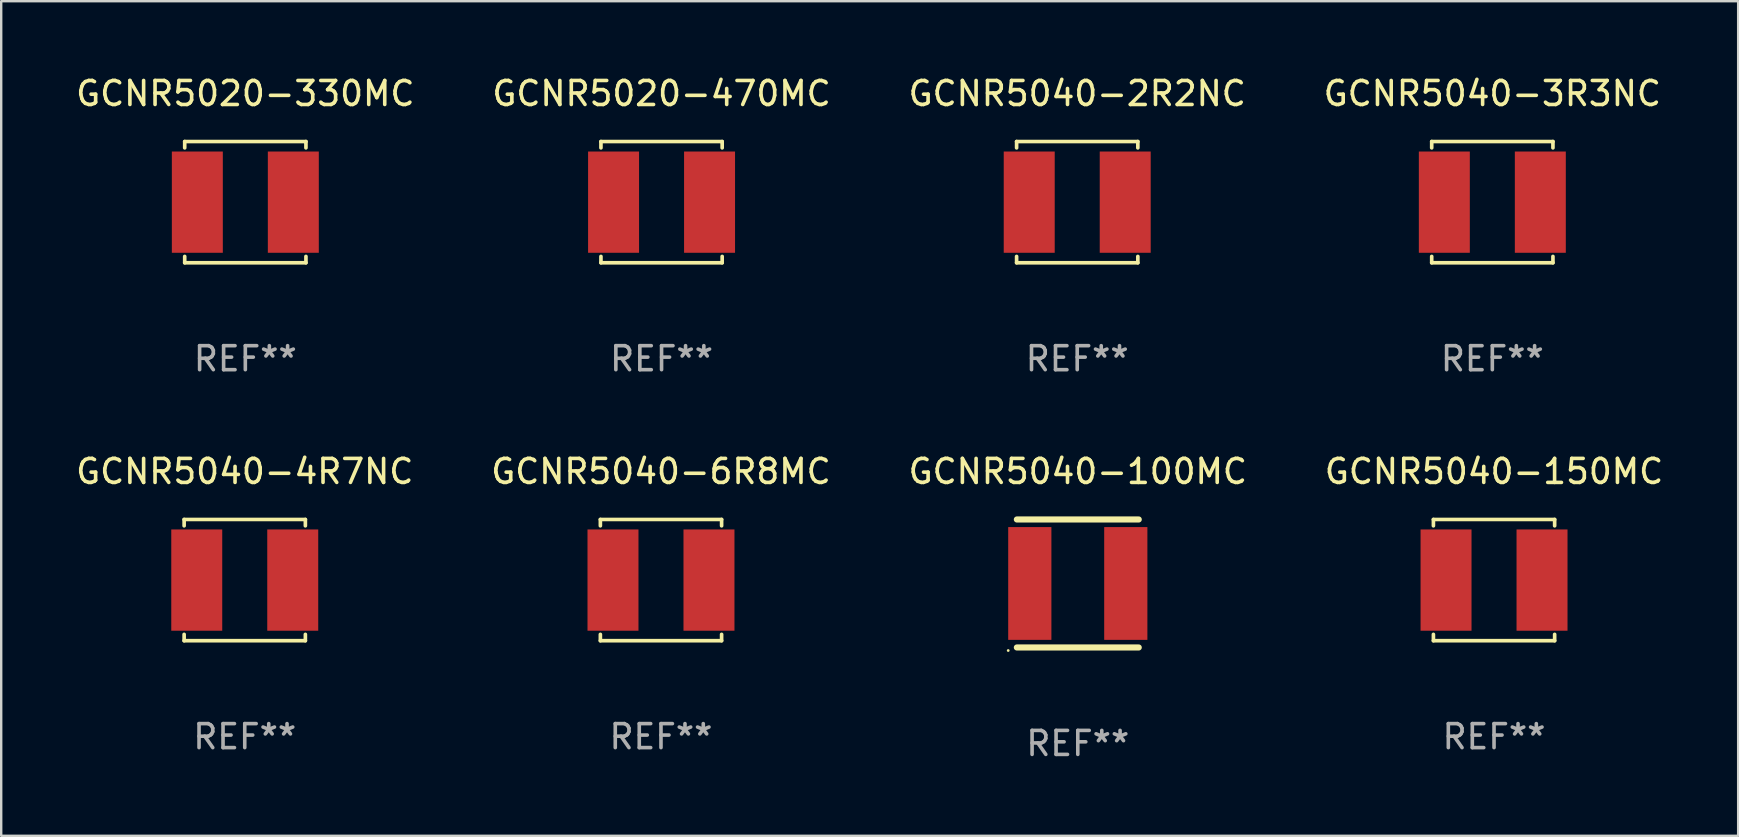
<source format=kicad_pcb>
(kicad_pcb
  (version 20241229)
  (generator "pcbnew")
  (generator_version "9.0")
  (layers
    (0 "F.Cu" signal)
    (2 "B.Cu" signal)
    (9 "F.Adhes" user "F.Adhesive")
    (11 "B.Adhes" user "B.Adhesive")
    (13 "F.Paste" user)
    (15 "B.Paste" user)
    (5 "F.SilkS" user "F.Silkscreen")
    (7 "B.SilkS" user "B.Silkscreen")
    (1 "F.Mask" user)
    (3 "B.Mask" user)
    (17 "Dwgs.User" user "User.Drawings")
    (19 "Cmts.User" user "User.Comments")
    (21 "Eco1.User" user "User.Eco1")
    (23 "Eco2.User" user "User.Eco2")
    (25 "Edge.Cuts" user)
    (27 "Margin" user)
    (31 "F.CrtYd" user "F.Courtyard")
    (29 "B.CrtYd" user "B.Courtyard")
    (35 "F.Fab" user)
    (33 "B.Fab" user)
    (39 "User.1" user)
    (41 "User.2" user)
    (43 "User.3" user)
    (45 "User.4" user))
  (footprint "GCNR5040-2R2NC"
    (layer "F.Cu")
    (at 41.839 5.374)
    (property "Reference" "GCNR5040-2R2NC" (at 0 -4.526 0) (layer "F.SilkS") (effects (font (size 1 1) (thickness 0.15))))
    (attr through_hole)
    (fp_line (start -2.526 -2.526) (end 2.526 -2.526) (stroke (width 0.152) (type solid)) (layer "F.SilkS"))
    (fp_line (start -2.526 -2.262) (end -2.526 -2.526) (stroke (width 0.152) (type solid)) (layer "F.SilkS"))
    (fp_line (start -2.526 2.262) (end -2.526 2.526) (stroke (width 0.152) (type solid)) (layer "F.SilkS"))
    (fp_line (start -2.526 2.526) (end 2.526 2.526) (stroke (width 0.152) (type solid)) (layer "F.SilkS"))
    (fp_line (start 2.526 -2.526) (end 2.526 -2.262) (stroke (width 0.152) (type solid)) (layer "F.SilkS"))
    (fp_line (start 2.526 2.526) (end 2.526 2.262) (stroke (width 0.152) (type solid)) (layer "F.SilkS"))
    (fp_circle (center 2.5 -2.5) (end 2.53 -2.5) (stroke (width 0.06) (type solid)) (fill no) (layer "F.SilkS"))
    (fp_text user "REF**" (at 0 6.526 0) (layer "F.Fab") (effects (font (size 1 1) (thickness 0.15))))
    (pad "1" smd rect (at 2 0) (size 2.124 4.22) (layers "F.Cu" "F.Mask" "F.Paste"))
    (pad "2" smd rect (at -2 0) (size 2.124 4.22) (layers "F.Cu" "F.Mask" "F.Paste")))
  (footprint "GCNR5040-4R7NC"
    (layer "F.Cu")
    (at 7.149 21.123)
    (property "Reference" "GCNR5040-4R7NC" (at 0 -4.526 0) (layer "F.SilkS") (effects (font (size 1 1) (thickness 0.15))))
    (attr through_hole)
    (fp_line (start -2.526 -2.526) (end 2.526 -2.526) (stroke (width 0.152) (type solid)) (layer "F.SilkS"))
    (fp_line (start -2.526 -2.262) (end -2.526 -2.526) (stroke (width 0.152) (type solid)) (layer "F.SilkS"))
    (fp_line (start -2.526 2.262) (end -2.526 2.526) (stroke (width 0.152) (type solid)) (layer "F.SilkS"))
    (fp_line (start -2.526 2.526) (end 2.526 2.526) (stroke (width 0.152) (type solid)) (layer "F.SilkS"))
    (fp_line (start 2.526 -2.526) (end 2.526 -2.262) (stroke (width 0.152) (type solid)) (layer "F.SilkS"))
    (fp_line (start 2.526 2.526) (end 2.526 2.262) (stroke (width 0.152) (type solid)) (layer "F.SilkS"))
    (fp_circle (center 2.5 -2.5) (end 2.53 -2.5) (stroke (width 0.06) (type solid)) (fill no) (layer "F.SilkS"))
    (fp_text user "REF**" (at 0 6.526 0) (layer "F.Fab") (effects (font (size 1 1) (thickness 0.15))))
    (pad "1" smd rect (at 2 0) (size 2.124 4.22) (layers "F.Cu" "F.Mask" "F.Paste"))
    (pad "2" smd rect (at -2 0) (size 2.124 4.22) (layers "F.Cu" "F.Mask" "F.Paste")))
  (footprint "GCNR5040-3R3NC"
    (layer "F.Cu")
    (at 59.137 5.374)
    (property "Reference" "GCNR5040-3R3NC" (at 0 -4.526 0) (layer "F.SilkS") (effects (font (size 1 1) (thickness 0.15))))
    (attr through_hole)
    (fp_line (start -2.526 -2.526) (end 2.526 -2.526) (stroke (width 0.152) (type solid)) (layer "F.SilkS"))
    (fp_line (start -2.526 -2.262) (end -2.526 -2.526) (stroke (width 0.152) (type solid)) (layer "F.SilkS"))
    (fp_line (start -2.526 2.262) (end -2.526 2.526) (stroke (width 0.152) (type solid)) (layer "F.SilkS"))
    (fp_line (start -2.526 2.526) (end 2.526 2.526) (stroke (width 0.152) (type solid)) (layer "F.SilkS"))
    (fp_line (start 2.526 -2.526) (end 2.526 -2.262) (stroke (width 0.152) (type solid)) (layer "F.SilkS"))
    (fp_line (start 2.526 2.526) (end 2.526 2.262) (stroke (width 0.152) (type solid)) (layer "F.SilkS"))
    (fp_circle (center 2.5 -2.5) (end 2.53 -2.5) (stroke (width 0.06) (type solid)) (fill no) (layer "F.SilkS"))
    (fp_text user "REF**" (at 0 6.526 0) (layer "F.Fab") (effects (font (size 1 1) (thickness 0.15))))
    (pad "1" smd rect (at 2 0) (size 2.124 4.22) (layers "F.Cu" "F.Mask" "F.Paste"))
    (pad "2" smd rect (at -2 0) (size 2.124 4.22) (layers "F.Cu" "F.Mask" "F.Paste")))
  (footprint "GCNR5020-470MC"
    (layer "F.Cu")
    (at 24.518 5.374)
    (property "Reference" "GCNR5020-470MC" (at 0 -4.526 0) (layer "F.SilkS") (effects (font (size 1 1) (thickness 0.15))))
    (attr through_hole)
    (fp_line (start -2.526 -2.526) (end 2.526 -2.526) (stroke (width 0.152) (type solid)) (layer "F.SilkS"))
    (fp_line (start -2.526 -2.262) (end -2.526 -2.526) (stroke (width 0.152) (type solid)) (layer "F.SilkS"))
    (fp_line (start -2.526 2.262) (end -2.526 2.526) (stroke (width 0.152) (type solid)) (layer "F.SilkS"))
    (fp_line (start -2.526 2.526) (end 2.526 2.526) (stroke (width 0.152) (type solid)) (layer "F.SilkS"))
    (fp_line (start 2.526 -2.526) (end 2.526 -2.262) (stroke (width 0.152) (type solid)) (layer "F.SilkS"))
    (fp_line (start 2.526 2.526) (end 2.526 2.262) (stroke (width 0.152) (type solid)) (layer "F.SilkS"))
    (fp_circle (center 2.5 -2.5) (end 2.53 -2.5) (stroke (width 0.06) (type solid)) (fill no) (layer "F.SilkS"))
    (fp_text user "REF**" (at 0 6.526 0) (layer "F.Fab") (effects (font (size 1 1) (thickness 0.15))))
    (pad "1" smd rect (at 2 0) (size 2.124 4.22) (layers "F.Cu" "F.Mask" "F.Paste"))
    (pad "2" smd rect (at -2 0) (size 2.124 4.22) (layers "F.Cu" "F.Mask" "F.Paste")))
  (footprint "GCNR5040-100MC"
    (layer "F.Cu")
    (at 41.863 21.264)
    (property "Reference" "GCNR5040-100MC" (at 0 -4.667 0) (layer "F.SilkS") (effects (font (size 1 1) (thickness 0.15))))
    (attr through_hole)
    (fp_line (start -2.54 -2.667) (end 2.54 -2.667) (stroke (width 0.254) (type solid)) (layer "F.SilkS"))
    (fp_line (start -2.54 2.667) (end 2.54 2.667) (stroke (width 0.254) (type solid)) (layer "F.SilkS"))
    (fp_circle (center -2.9 2.794) (end -2.87 2.794) (stroke (width 0.06) (type solid)) (fill no) (layer "F.SilkS"))
    (fp_text user "REF**" (at 0 6.667 0) (layer "F.Fab") (effects (font (size 1 1) (thickness 0.15))))
    (pad "1" smd rect (at -2 0) (size 1.8 4.7) (layers "F.Cu" "F.Mask" "F.Paste"))
    (pad "2" smd rect (at 2 0) (size 1.8 4.7) (layers "F.Cu" "F.Mask" "F.Paste")))
  (footprint "GCNR5020-330MC"
    (layer "F.Cu")
    (at 7.173 5.374)
    (property "Reference" "GCNR5020-330MC" (at 0 -4.526 0) (layer "F.SilkS") (effects (font (size 1 1) (thickness 0.15))))
    (attr through_hole)
    (fp_line (start -2.526 -2.526) (end 2.526 -2.526) (stroke (width 0.152) (type solid)) (layer "F.SilkS"))
    (fp_line (start -2.526 -2.262) (end -2.526 -2.526) (stroke (width 0.152) (type solid)) (layer "F.SilkS"))
    (fp_line (start -2.526 2.262) (end -2.526 2.526) (stroke (width 0.152) (type solid)) (layer "F.SilkS"))
    (fp_line (start -2.526 2.526) (end 2.526 2.526) (stroke (width 0.152) (type solid)) (layer "F.SilkS"))
    (fp_line (start 2.526 -2.526) (end 2.526 -2.262) (stroke (width 0.152) (type solid)) (layer "F.SilkS"))
    (fp_line (start 2.526 2.526) (end 2.526 2.262) (stroke (width 0.152) (type solid)) (layer "F.SilkS"))
    (fp_circle (center 2.5 -2.5) (end 2.53 -2.5) (stroke (width 0.06) (type solid)) (fill no) (layer "F.SilkS"))
    (fp_text user "REF**" (at 0 6.526 0) (layer "F.Fab") (effects (font (size 1 1) (thickness 0.15))))
    (pad "1" smd rect (at 2 0) (size 2.124 4.22) (layers "F.Cu" "F.Mask" "F.Paste"))
    (pad "2" smd rect (at -2 0) (size 2.124 4.22) (layers "F.Cu" "F.Mask" "F.Paste")))
  (footprint "GCNR5040-150MC"
    (layer "F.Cu")
    (at 59.208 21.123)
    (property "Reference" "GCNR5040-150MC" (at 0 -4.526 0) (layer "F.SilkS") (effects (font (size 1 1) (thickness 0.15))))
    (attr through_hole)
    (fp_line (start -2.526 -2.526) (end 2.526 -2.526) (stroke (width 0.152) (type solid)) (layer "F.SilkS"))
    (fp_line (start -2.526 -2.262) (end -2.526 -2.526) (stroke (width 0.152) (type solid)) (layer "F.SilkS"))
    (fp_line (start -2.526 2.262) (end -2.526 2.526) (stroke (width 0.152) (type solid)) (layer "F.SilkS"))
    (fp_line (start -2.526 2.526) (end 2.526 2.526) (stroke (width 0.152) (type solid)) (layer "F.SilkS"))
    (fp_line (start 2.526 -2.526) (end 2.526 -2.262) (stroke (width 0.152) (type solid)) (layer "F.SilkS"))
    (fp_line (start 2.526 2.526) (end 2.526 2.262) (stroke (width 0.152) (type solid)) (layer "F.SilkS"))
    (fp_circle (center 2.5 -2.5) (end 2.53 -2.5) (stroke (width 0.06) (type solid)) (fill no) (layer "F.SilkS"))
    (fp_text user "REF**" (at 0 6.526 0) (layer "F.Fab") (effects (font (size 1 1) (thickness 0.15))))
    (pad "1" smd rect (at 2 0) (size 2.124 4.22) (layers "F.Cu" "F.Mask" "F.Paste"))
    (pad "2" smd rect (at -2 0) (size 2.124 4.22) (layers "F.Cu" "F.Mask" "F.Paste")))
  (footprint "GCNR5040-6R8MC"
    (layer "F.Cu")
    (at 24.494 21.123)
    (property "Reference" "GCNR5040-6R8MC" (at 0 -4.526 0) (layer "F.SilkS") (effects (font (size 1 1) (thickness 0.15))))
    (attr through_hole)
    (fp_line (start -2.526 -2.526) (end 2.526 -2.526) (stroke (width 0.152) (type solid)) (layer "F.SilkS"))
    (fp_line (start -2.526 -2.262) (end -2.526 -2.526) (stroke (width 0.152) (type solid)) (layer "F.SilkS"))
    (fp_line (start -2.526 2.262) (end -2.526 2.526) (stroke (width 0.152) (type solid)) (layer "F.SilkS"))
    (fp_line (start -2.526 2.526) (end 2.526 2.526) (stroke (width 0.152) (type solid)) (layer "F.SilkS"))
    (fp_line (start 2.526 -2.526) (end 2.526 -2.262) (stroke (width 0.152) (type solid)) (layer "F.SilkS"))
    (fp_line (start 2.526 2.526) (end 2.526 2.262) (stroke (width 0.152) (type solid)) (layer "F.SilkS"))
    (fp_circle (center 2.5 -2.5) (end 2.53 -2.5) (stroke (width 0.06) (type solid)) (fill no) (layer "F.SilkS"))
    (fp_text user "REF**" (at 0 6.526 0) (layer "F.Fab") (effects (font (size 1 1) (thickness 0.15))))
    (pad "1" smd rect (at 2 0) (size 2.124 4.22) (layers "F.Cu" "F.Mask" "F.Paste"))
    (pad "2" smd rect (at -2 0) (size 2.124 4.22) (layers "F.Cu" "F.Mask" "F.Paste")))
  (gr_rect
    (start -3 -3)
    (end 69.381 31.779)
    (stroke (width 0.1) (type default))
    (fill no)
    (layer "Edge.Cuts")))
</source>
